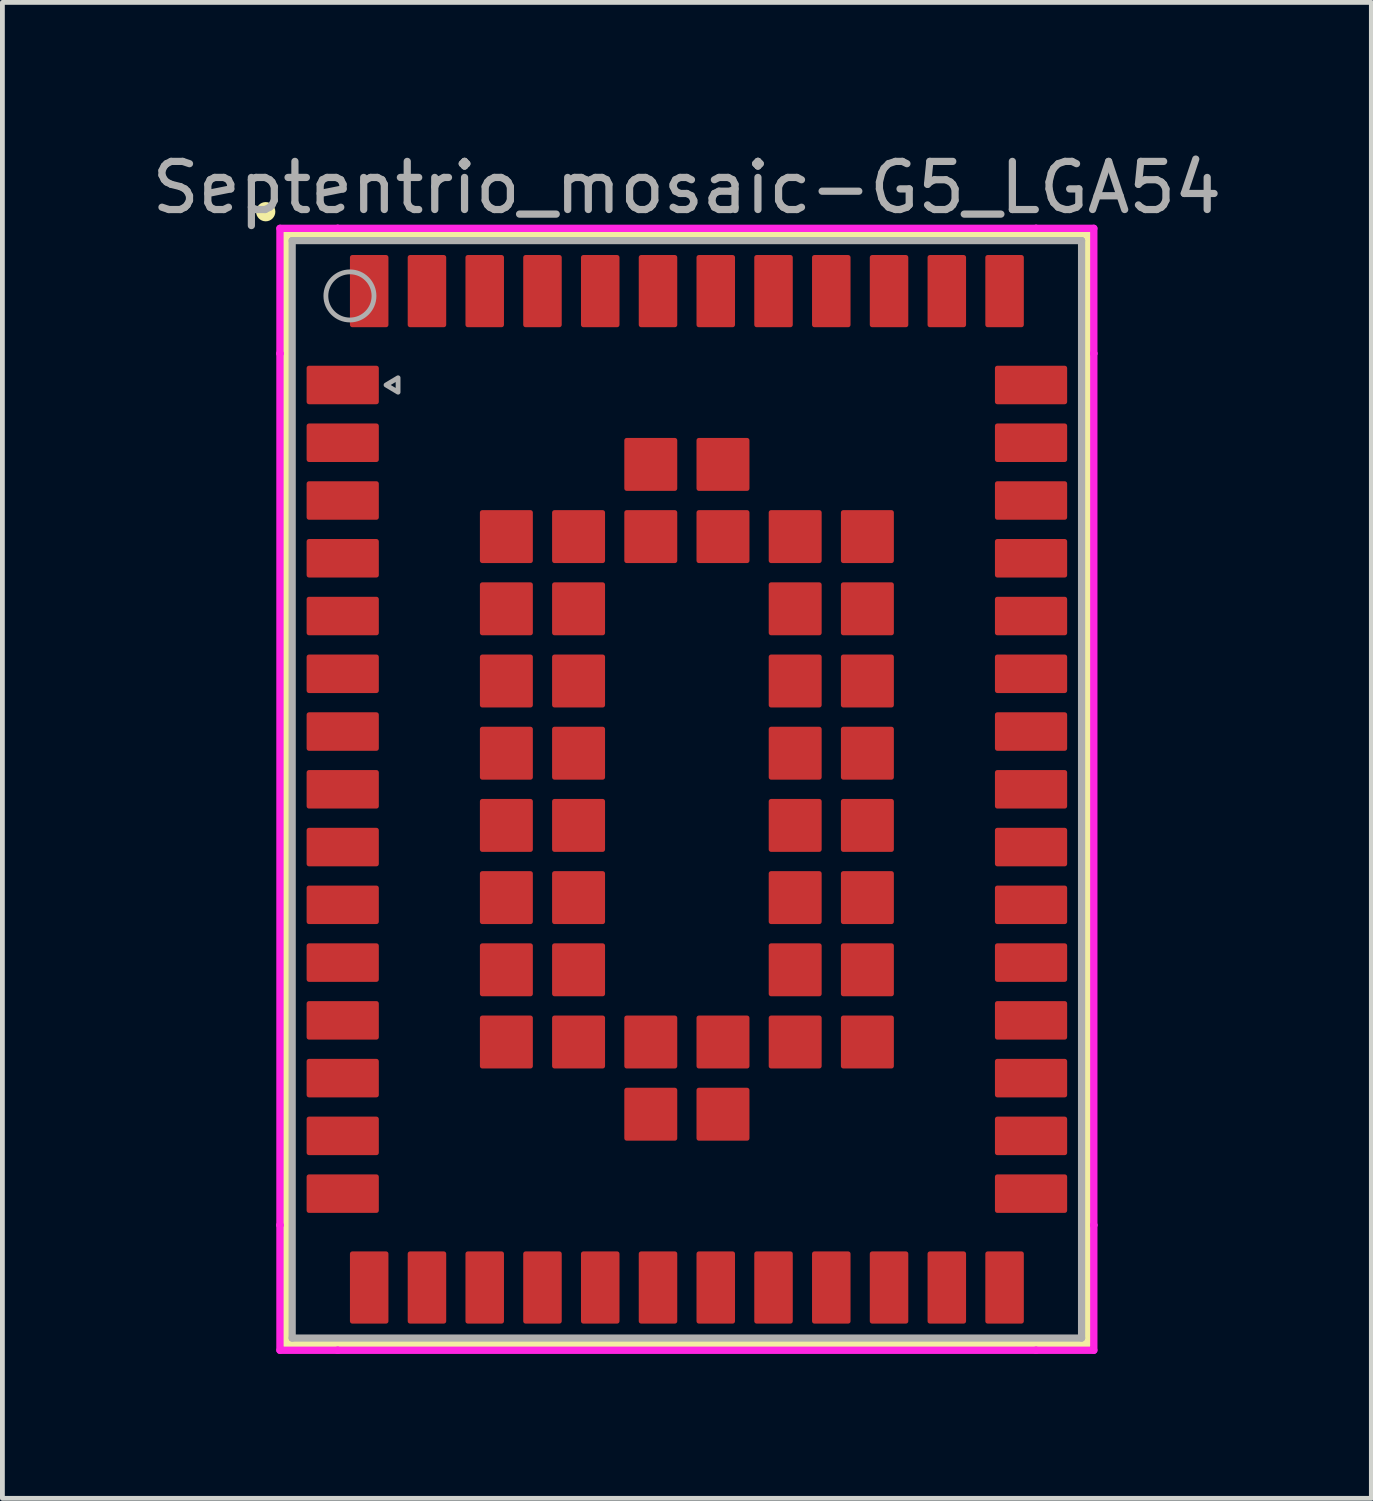
<source format=kicad_pcb>
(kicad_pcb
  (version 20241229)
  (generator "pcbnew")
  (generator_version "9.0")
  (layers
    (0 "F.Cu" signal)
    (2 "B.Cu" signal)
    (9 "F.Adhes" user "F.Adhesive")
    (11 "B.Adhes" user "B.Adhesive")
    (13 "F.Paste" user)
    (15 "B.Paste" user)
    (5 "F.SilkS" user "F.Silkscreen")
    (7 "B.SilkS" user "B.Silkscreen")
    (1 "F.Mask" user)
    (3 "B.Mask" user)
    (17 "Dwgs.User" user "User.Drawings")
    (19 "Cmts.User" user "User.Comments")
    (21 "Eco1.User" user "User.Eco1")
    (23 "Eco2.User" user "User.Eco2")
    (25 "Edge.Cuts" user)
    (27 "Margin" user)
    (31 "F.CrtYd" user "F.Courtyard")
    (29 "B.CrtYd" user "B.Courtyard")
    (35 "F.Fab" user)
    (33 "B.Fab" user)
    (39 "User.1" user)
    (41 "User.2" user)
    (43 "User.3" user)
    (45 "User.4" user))
  (footprint "Septentrio_mosaic-G5_LGA54"
    (layer "F.Cu")
    (at 11.22 13.348)
    (property "Reference" "Septentrio_mosaic-G5_LGA54" (at 0 -12.5 0) (unlocked yes) (layer "F.Fab") (effects (font (size 1 1) (thickness 0.15))))
    (attr smd)
    (fp_line (start -8.327 -11.527) (end -8.327 11.527) (stroke (width 0.152) (type solid)) (layer "F.SilkS"))
    (fp_line (start -8.327 11.527) (end 8.327 11.527) (stroke (width 0.152) (type solid)) (layer "F.SilkS"))
    (fp_line (start 8.327 -11.527) (end -8.327 -11.527) (stroke (width 0.152) (type solid)) (layer "F.SilkS"))
    (fp_line (start 8.327 11.527) (end 8.327 -11.527) (stroke (width 0.152) (type solid)) (layer "F.SilkS"))
    (fp_circle (center -8.75 -12) (end -8.65 -12) (stroke (width 0.2) (type solid)) (fill yes) (layer "F.SilkS"))
    (fp_line (start -8.454 -11.654) (end -7.254 -11.654) (stroke (width 0.152) (type solid)) (layer "F.CrtYd"))
    (fp_line (start -8.454 -9.054) (end -8.454 -11.654) (stroke (width 0.152) (type solid)) (layer "F.CrtYd"))
    (fp_line (start -8.454 -9.054) (end -8.454 -9.054) (stroke (width 0.152) (type solid)) (layer "F.CrtYd"))
    (fp_line (start -8.454 9.054) (end -8.454 -9.054) (stroke (width 0.152) (type solid)) (layer "F.CrtYd"))
    (fp_line (start -8.454 9.054) (end -8.454 9.054) (stroke (width 0.152) (type solid)) (layer "F.CrtYd"))
    (fp_line (start -8.454 11.654) (end -8.454 9.054) (stroke (width 0.152) (type solid)) (layer "F.CrtYd"))
    (fp_line (start -7.254 -11.654) (end -7.254 -11.654) (stroke (width 0.152) (type solid)) (layer "F.CrtYd"))
    (fp_line (start -7.254 -11.654) (end 7.254 -11.654) (stroke (width 0.152) (type solid)) (layer "F.CrtYd"))
    (fp_line (start -7.254 11.654) (end -8.454 11.654) (stroke (width 0.152) (type solid)) (layer "F.CrtYd"))
    (fp_line (start -7.254 11.654) (end -7.254 11.654) (stroke (width 0.152) (type solid)) (layer "F.CrtYd"))
    (fp_line (start 7.254 -11.654) (end 7.254 -11.654) (stroke (width 0.152) (type solid)) (layer "F.CrtYd"))
    (fp_line (start 7.254 -11.654) (end 8.454 -11.654) (stroke (width 0.152) (type solid)) (layer "F.CrtYd"))
    (fp_line (start 7.254 11.654) (end -7.254 11.654) (stroke (width 0.152) (type solid)) (layer "F.CrtYd"))
    (fp_line (start 7.254 11.654) (end 7.254 11.654) (stroke (width 0.152) (type solid)) (layer "F.CrtYd"))
    (fp_line (start 8.454 -11.654) (end 8.454 -9.054) (stroke (width 0.152) (type solid)) (layer "F.CrtYd"))
    (fp_line (start 8.454 -9.054) (end 8.454 -9.054) (stroke (width 0.152) (type solid)) (layer "F.CrtYd"))
    (fp_line (start 8.454 -9.054) (end 8.454 9.054) (stroke (width 0.152) (type solid)) (layer "F.CrtYd"))
    (fp_line (start 8.454 9.054) (end 8.454 9.054) (stroke (width 0.152) (type solid)) (layer "F.CrtYd"))
    (fp_line (start 8.454 9.054) (end 8.454 11.654) (stroke (width 0.152) (type solid)) (layer "F.CrtYd"))
    (fp_line (start 8.454 11.654) (end 7.254 11.654) (stroke (width 0.152) (type solid)) (layer "F.CrtYd"))
    (fp_line (start -8.2 -11.4) (end -8.2 11.4) (stroke (width 0.15) (type solid)) (layer "F.Fab"))
    (fp_line (start -8.2 11.4) (end 8.2 11.4) (stroke (width 0.15) (type solid)) (layer "F.Fab"))
    (fp_line (start 8.2 -11.4) (end -8.2 -11.4) (stroke (width 0.15) (type solid)) (layer "F.Fab"))
    (fp_line (start 8.2 11.4) (end 8.2 -11.4) (stroke (width 0.15) (type solid)) (layer "F.Fab"))
    (fp_circle (center -7 -10.25) (end -7 -9.75) (stroke (width 0.1) (type solid)) (fill no) (layer "F.Fab"))
    (fp_poly (pts (xy -6.25 -8.4) (xy -6 -8.55) (xy -6 -8.25)) (stroke (width 0.1) (type solid)) (fill no) (layer "F.Fab"))
    (pad "1" smd roundrect (at -7.15 -8.4) (size 1.5 0.8) (layers "F.Cu" "F.Mask" "F.Paste") (roundrect_rratio 0.062))
    (pad "2" smd roundrect (at -7.15 -7.2) (size 1.5 0.8) (layers "F.Cu" "F.Mask" "F.Paste") (roundrect_rratio 0.062))
    (pad "3" smd roundrect (at -7.15 -6) (size 1.5 0.8) (layers "F.Cu" "F.Mask" "F.Paste") (roundrect_rratio 0.062))
    (pad "4" smd roundrect (at -7.15 -4.8) (size 1.5 0.8) (layers "F.Cu" "F.Mask" "F.Paste") (roundrect_rratio 0.062))
    (pad "5" smd roundrect (at -7.15 -3.6) (size 1.5 0.8) (layers "F.Cu" "F.Mask" "F.Paste") (roundrect_rratio 0.062))
    (pad "6" smd roundrect (at -7.15 -2.4) (size 1.5 0.8) (layers "F.Cu" "F.Mask" "F.Paste") (roundrect_rratio 0.062))
    (pad "7" smd roundrect (at -7.15 -1.2) (size 1.5 0.8) (layers "F.Cu" "F.Mask" "F.Paste") (roundrect_rratio 0.062))
    (pad "8" smd roundrect (at -7.15 0) (size 1.5 0.8) (layers "F.Cu" "F.Mask" "F.Paste") (roundrect_rratio 0.062))
    (pad "9" smd roundrect (at -7.15 1.2) (size 1.5 0.8) (layers "F.Cu" "F.Mask" "F.Paste") (roundrect_rratio 0.062))
    (pad "10" smd roundrect (at -7.15 2.4) (size 1.5 0.8) (layers "F.Cu" "F.Mask" "F.Paste") (roundrect_rratio 0.062))
    (pad "11" smd roundrect (at -7.15 3.6) (size 1.5 0.8) (layers "F.Cu" "F.Mask" "F.Paste") (roundrect_rratio 0.062))
    (pad "12" smd roundrect (at -7.15 4.8) (size 1.5 0.8) (layers "F.Cu" "F.Mask" "F.Paste") (roundrect_rratio 0.062))
    (pad "13" smd roundrect (at -7.15 6) (size 1.5 0.8) (layers "F.Cu" "F.Mask" "F.Paste") (roundrect_rratio 0.062))
    (pad "14" smd roundrect (at -7.15 7.2) (size 1.5 0.8) (layers "F.Cu" "F.Mask" "F.Paste") (roundrect_rratio 0.062))
    (pad "15" smd roundrect (at -7.15 8.4) (size 1.5 0.8) (layers "F.Cu" "F.Mask" "F.Paste") (roundrect_rratio 0.062))
    (pad "16" smd roundrect (at -6.6 10.35 90) (size 1.5 0.8) (layers "F.Cu" "F.Mask" "F.Paste") (roundrect_rratio 0.062))
    (pad "17" smd roundrect (at -5.4 10.35 90) (size 1.5 0.8) (layers "F.Cu" "F.Mask" "F.Paste") (roundrect_rratio 0.062))
    (pad "18" smd roundrect (at -4.2 10.35 90) (size 1.5 0.8) (layers "F.Cu" "F.Mask" "F.Paste") (roundrect_rratio 0.062))
    (pad "19" smd roundrect (at -3 10.35 90) (size 1.5 0.8) (layers "F.Cu" "F.Mask" "F.Paste") (roundrect_rratio 0.062))
    (pad "20" smd roundrect (at -1.8 10.35 90) (size 1.5 0.8) (layers "F.Cu" "F.Mask" "F.Paste") (roundrect_rratio 0.062))
    (pad "21" smd roundrect (at -0.6 10.35 90) (size 1.5 0.8) (layers "F.Cu" "F.Mask" "F.Paste") (roundrect_rratio 0.062))
    (pad "22" smd roundrect (at 0.6 10.35 90) (size 1.5 0.8) (layers "F.Cu" "F.Mask" "F.Paste") (roundrect_rratio 0.062))
    (pad "23" smd roundrect (at 1.8 10.35 90) (size 1.5 0.8) (layers "F.Cu" "F.Mask" "F.Paste") (roundrect_rratio 0.062))
    (pad "24" smd roundrect (at 3 10.35 90) (size 1.5 0.8) (layers "F.Cu" "F.Mask" "F.Paste") (roundrect_rratio 0.062))
    (pad "25" smd roundrect (at 4.2 10.35 90) (size 1.5 0.8) (layers "F.Cu" "F.Mask" "F.Paste") (roundrect_rratio 0.062))
    (pad "26" smd roundrect (at 5.4 10.35 90) (size 1.5 0.8) (layers "F.Cu" "F.Mask" "F.Paste") (roundrect_rratio 0.062))
    (pad "27" smd roundrect (at 6.6 10.35 90) (size 1.5 0.8) (layers "F.Cu" "F.Mask" "F.Paste") (roundrect_rratio 0.062))
    (pad "28" smd roundrect (at 7.15 8.4) (size 1.5 0.8) (layers "F.Cu" "F.Mask" "F.Paste") (roundrect_rratio 0.062))
    (pad "29" smd roundrect (at 7.15 7.2) (size 1.5 0.8) (layers "F.Cu" "F.Mask" "F.Paste") (roundrect_rratio 0.062))
    (pad "30" smd roundrect (at 7.15 6) (size 1.5 0.8) (layers "F.Cu" "F.Mask" "F.Paste") (roundrect_rratio 0.062))
    (pad "31" smd roundrect (at 7.15 4.8) (size 1.5 0.8) (layers "F.Cu" "F.Mask" "F.Paste") (roundrect_rratio 0.062))
    (pad "32" smd roundrect (at 7.15 3.6) (size 1.5 0.8) (layers "F.Cu" "F.Mask" "F.Paste") (roundrect_rratio 0.062))
    (pad "33" smd roundrect (at 7.15 2.4) (size 1.5 0.8) (layers "F.Cu" "F.Mask" "F.Paste") (roundrect_rratio 0.062))
    (pad "34" smd roundrect (at 7.15 1.2) (size 1.5 0.8) (layers "F.Cu" "F.Mask" "F.Paste") (roundrect_rratio 0.062))
    (pad "35" smd roundrect (at 7.15 0) (size 1.5 0.8) (layers "F.Cu" "F.Mask" "F.Paste") (roundrect_rratio 0.062))
    (pad "36" smd roundrect (at 7.15 -1.2) (size 1.5 0.8) (layers "F.Cu" "F.Mask" "F.Paste") (roundrect_rratio 0.062))
    (pad "37" smd roundrect (at 7.15 -2.4) (size 1.5 0.8) (layers "F.Cu" "F.Mask" "F.Paste") (roundrect_rratio 0.062))
    (pad "38" smd roundrect (at 7.15 -3.6) (size 1.5 0.8) (layers "F.Cu" "F.Mask" "F.Paste") (roundrect_rratio 0.062))
    (pad "39" smd roundrect (at 7.15 -4.8) (size 1.5 0.8) (layers "F.Cu" "F.Mask" "F.Paste") (roundrect_rratio 0.062))
    (pad "40" smd roundrect (at 7.15 -6) (size 1.5 0.8) (layers "F.Cu" "F.Mask" "F.Paste") (roundrect_rratio 0.062))
    (pad "41" smd roundrect (at 7.15 -7.2) (size 1.5 0.8) (layers "F.Cu" "F.Mask" "F.Paste") (roundrect_rratio 0.062))
    (pad "42" smd roundrect (at 7.15 -8.4) (size 1.5 0.8) (layers "F.Cu" "F.Mask" "F.Paste") (roundrect_rratio 0.062))
    (pad "43" smd roundrect (at 6.6 -10.35 90) (size 1.5 0.8) (layers "F.Cu" "F.Mask" "F.Paste") (roundrect_rratio 0.062))
    (pad "44" smd roundrect (at 5.4 -10.35 90) (size 1.5 0.8) (layers "F.Cu" "F.Mask" "F.Paste") (roundrect_rratio 0.062))
    (pad "45" smd roundrect (at 4.2 -10.35 90) (size 1.5 0.8) (layers "F.Cu" "F.Mask" "F.Paste") (roundrect_rratio 0.062))
    (pad "46" smd roundrect (at 3 -10.35 90) (size 1.5 0.8) (layers "F.Cu" "F.Mask" "F.Paste") (roundrect_rratio 0.062))
    (pad "47" smd roundrect (at 1.8 -10.35 90) (size 1.5 0.8) (layers "F.Cu" "F.Mask" "F.Paste") (roundrect_rratio 0.062))
    (pad "48" smd roundrect (at 0.6 -10.35 90) (size 1.5 0.8) (layers "F.Cu" "F.Mask" "F.Paste") (roundrect_rratio 0.062))
    (pad "49" smd roundrect (at -0.6 -10.35 90) (size 1.5 0.8) (layers "F.Cu" "F.Mask" "F.Paste") (roundrect_rratio 0.062))
    (pad "50" smd roundrect (at -1.8 -10.35 90) (size 1.5 0.8) (layers "F.Cu" "F.Mask" "F.Paste") (roundrect_rratio 0.062))
    (pad "51" smd roundrect (at -3 -10.35 90) (size 1.5 0.8) (layers "F.Cu" "F.Mask" "F.Paste") (roundrect_rratio 0.062))
    (pad "52" smd roundrect (at -4.2 -10.35 90) (size 1.5 0.8) (layers "F.Cu" "F.Mask" "F.Paste") (roundrect_rratio 0.062))
    (pad "53" smd roundrect (at -5.4 -10.35 90) (size 1.5 0.8) (layers "F.Cu" "F.Mask" "F.Paste") (roundrect_rratio 0.062))
    (pad "54" smd roundrect (at -6.6 -10.35 90) (size 1.5 0.8) (layers "F.Cu" "F.Mask" "F.Paste") (roundrect_rratio 0.062))
    (pad "55" smd roundrect (at -0.75 -6.75) (size 1.1 1.1) (layers "F.Cu" "F.Mask" "F.Paste") (roundrect_rratio 0.045))
    (pad "56" smd roundrect (at 0.75 -6.75) (size 1.1 1.1) (layers "F.Cu" "F.Mask" "F.Paste") (roundrect_rratio 0.045))
    (pad "57" smd roundrect (at -3.75 -5.25) (size 1.1 1.1) (layers "F.Cu" "F.Mask" "F.Paste") (roundrect_rratio 0.045))
    (pad "58" smd roundrect (at -2.25 -5.25) (size 1.1 1.1) (layers "F.Cu" "F.Mask" "F.Paste") (roundrect_rratio 0.045))
    (pad "59" smd roundrect (at -0.75 -5.25) (size 1.1 1.1) (layers "F.Cu" "F.Mask" "F.Paste") (roundrect_rratio 0.045))
    (pad "60" smd roundrect (at 0.75 -5.25) (size 1.1 1.1) (layers "F.Cu" "F.Mask" "F.Paste") (roundrect_rratio 0.045))
    (pad "61" smd roundrect (at 2.25 -5.25) (size 1.1 1.1) (layers "F.Cu" "F.Mask" "F.Paste") (roundrect_rratio 0.045))
    (pad "62" smd roundrect (at 3.75 -5.25) (size 1.1 1.1) (layers "F.Cu" "F.Mask" "F.Paste") (roundrect_rratio 0.045))
    (pad "63" smd roundrect (at -3.75 -3.75) (size 1.1 1.1) (layers "F.Cu" "F.Mask" "F.Paste") (roundrect_rratio 0.045))
    (pad "64" smd roundrect (at -2.25 -3.75) (size 1.1 1.1) (layers "F.Cu" "F.Mask" "F.Paste") (roundrect_rratio 0.045))
    (pad "65" smd roundrect (at 2.25 -3.75) (size 1.1 1.1) (layers "F.Cu" "F.Mask" "F.Paste") (roundrect_rratio 0.045))
    (pad "66" smd roundrect (at 3.75 -3.75) (size 1.1 1.1) (layers "F.Cu" "F.Mask" "F.Paste") (roundrect_rratio 0.045))
    (pad "67" smd roundrect (at -3.75 -2.25) (size 1.1 1.1) (layers "F.Cu" "F.Mask" "F.Paste") (roundrect_rratio 0.045))
    (pad "68" smd roundrect (at -2.25 -2.25) (size 1.1 1.1) (layers "F.Cu" "F.Mask" "F.Paste") (roundrect_rratio 0.045))
    (pad "69" smd roundrect (at 2.25 -2.25) (size 1.1 1.1) (layers "F.Cu" "F.Mask" "F.Paste") (roundrect_rratio 0.045))
    (pad "70" smd roundrect (at 3.75 -2.25) (size 1.1 1.1) (layers "F.Cu" "F.Mask" "F.Paste") (roundrect_rratio 0.045))
    (pad "71" smd roundrect (at -3.75 -0.75) (size 1.1 1.1) (layers "F.Cu" "F.Mask" "F.Paste") (roundrect_rratio 0.045))
    (pad "72" smd roundrect (at -2.25 -0.75) (size 1.1 1.1) (layers "F.Cu" "F.Mask" "F.Paste") (roundrect_rratio 0.045))
    (pad "73" smd roundrect (at 2.25 -0.75) (size 1.1 1.1) (layers "F.Cu" "F.Mask" "F.Paste") (roundrect_rratio 0.045))
    (pad "74" smd roundrect (at 3.75 -0.75) (size 1.1 1.1) (layers "F.Cu" "F.Mask" "F.Paste") (roundrect_rratio 0.045))
    (pad "75" smd roundrect (at -3.75 0.75) (size 1.1 1.1) (layers "F.Cu" "F.Mask" "F.Paste") (roundrect_rratio 0.045))
    (pad "76" smd roundrect (at -2.25 0.75) (size 1.1 1.1) (layers "F.Cu" "F.Mask" "F.Paste") (roundrect_rratio 0.045))
    (pad "77" smd roundrect (at 2.25 0.75) (size 1.1 1.1) (layers "F.Cu" "F.Mask" "F.Paste") (roundrect_rratio 0.045))
    (pad "78" smd roundrect (at 3.75 0.75) (size 1.1 1.1) (layers "F.Cu" "F.Mask" "F.Paste") (roundrect_rratio 0.045))
    (pad "79" smd roundrect (at -3.75 2.25) (size 1.1 1.1) (layers "F.Cu" "F.Mask" "F.Paste") (roundrect_rratio 0.045))
    (pad "80" smd roundrect (at -2.25 2.25) (size 1.1 1.1) (layers "F.Cu" "F.Mask" "F.Paste") (roundrect_rratio 0.045))
    (pad "81" smd roundrect (at 2.25 2.25) (size 1.1 1.1) (layers "F.Cu" "F.Mask" "F.Paste") (roundrect_rratio 0.045))
    (pad "82" smd roundrect (at 3.75 2.25) (size 1.1 1.1) (layers "F.Cu" "F.Mask" "F.Paste") (roundrect_rratio 0.045))
    (pad "83" smd roundrect (at -3.75 3.75) (size 1.1 1.1) (layers "F.Cu" "F.Mask" "F.Paste") (roundrect_rratio 0.045))
    (pad "84" smd roundrect (at -2.25 3.75) (size 1.1 1.1) (layers "F.Cu" "F.Mask" "F.Paste") (roundrect_rratio 0.045))
    (pad "85" smd roundrect (at 2.25 3.75) (size 1.1 1.1) (layers "F.Cu" "F.Mask" "F.Paste") (roundrect_rratio 0.045))
    (pad "86" smd roundrect (at 3.75 3.75) (size 1.1 1.1) (layers "F.Cu" "F.Mask" "F.Paste") (roundrect_rratio 0.045))
    (pad "87" smd roundrect (at -3.75 5.25) (size 1.1 1.1) (layers "F.Cu" "F.Mask" "F.Paste") (roundrect_rratio 0.045))
    (pad "88" smd roundrect (at -2.25 5.25) (size 1.1 1.1) (layers "F.Cu" "F.Mask" "F.Paste") (roundrect_rratio 0.045))
    (pad "89" smd roundrect (at -0.75 5.25) (size 1.1 1.1) (layers "F.Cu" "F.Mask" "F.Paste") (roundrect_rratio 0.045))
    (pad "90" smd roundrect (at 0.75 5.25) (size 1.1 1.1) (layers "F.Cu" "F.Mask" "F.Paste") (roundrect_rratio 0.045))
    (pad "91" smd roundrect (at 2.25 5.25) (size 1.1 1.1) (layers "F.Cu" "F.Mask" "F.Paste") (roundrect_rratio 0.045))
    (pad "92" smd roundrect (at 3.75 5.25) (size 1.1 1.1) (layers "F.Cu" "F.Mask" "F.Paste") (roundrect_rratio 0.045))
    (pad "93" smd roundrect (at -0.75 6.75) (size 1.1 1.1) (layers "F.Cu" "F.Mask" "F.Paste") (roundrect_rratio 0.045))
    (pad "94" smd roundrect (at 0.75 6.75) (size 1.1 1.1) (layers "F.Cu" "F.Mask" "F.Paste") (roundrect_rratio 0.045)))
  (gr_rect
    (start -3 -3)
    (end 25.44 28.078)
    (stroke (width 0.1) (type default))
    (fill no)
    (layer "Edge.Cuts")))
</source>
